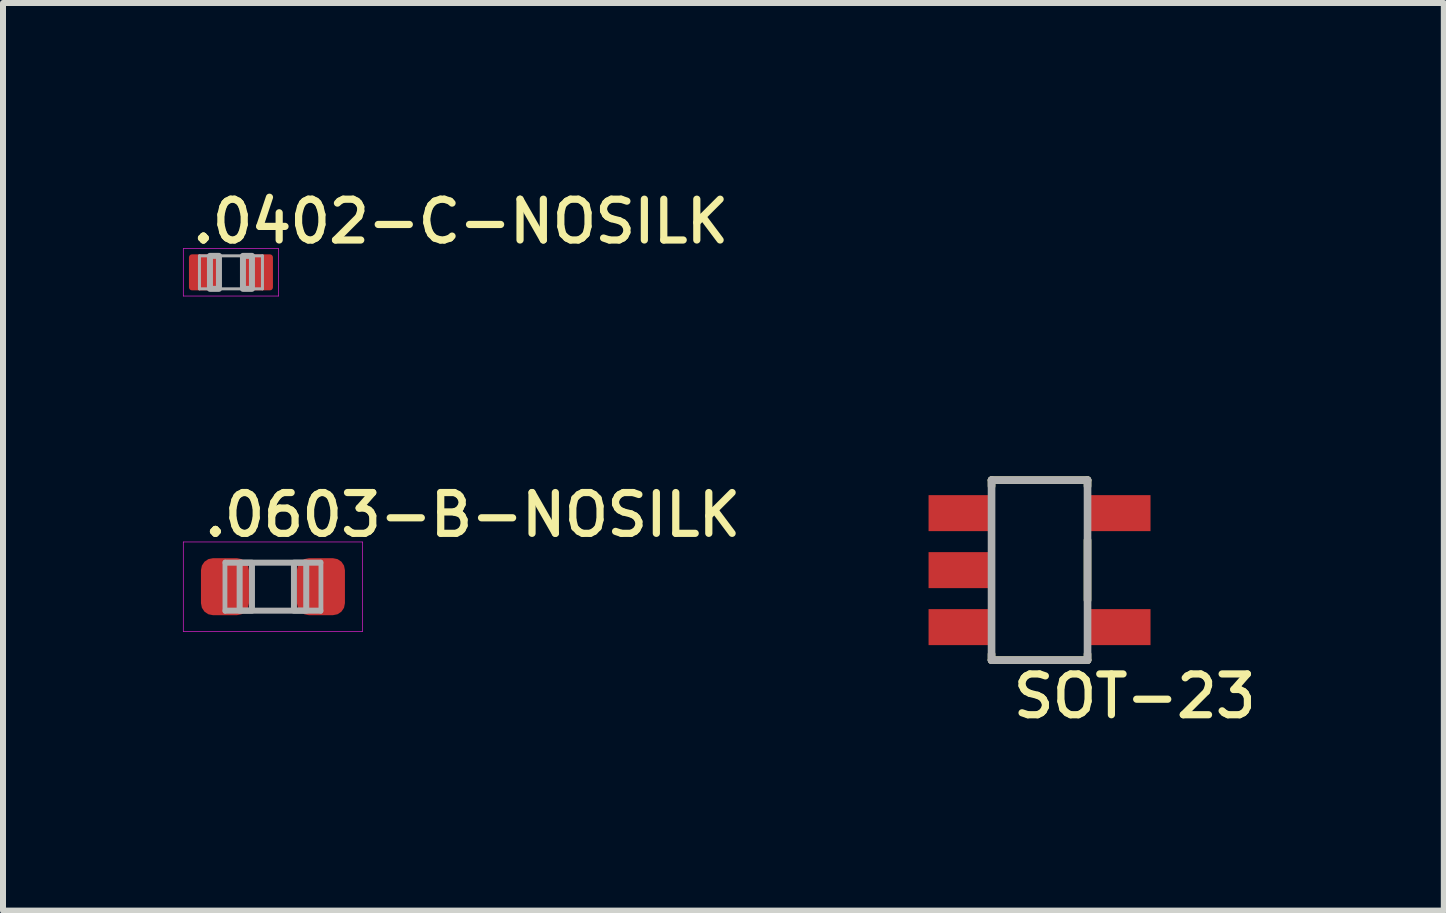
<source format=kicad_pcb>
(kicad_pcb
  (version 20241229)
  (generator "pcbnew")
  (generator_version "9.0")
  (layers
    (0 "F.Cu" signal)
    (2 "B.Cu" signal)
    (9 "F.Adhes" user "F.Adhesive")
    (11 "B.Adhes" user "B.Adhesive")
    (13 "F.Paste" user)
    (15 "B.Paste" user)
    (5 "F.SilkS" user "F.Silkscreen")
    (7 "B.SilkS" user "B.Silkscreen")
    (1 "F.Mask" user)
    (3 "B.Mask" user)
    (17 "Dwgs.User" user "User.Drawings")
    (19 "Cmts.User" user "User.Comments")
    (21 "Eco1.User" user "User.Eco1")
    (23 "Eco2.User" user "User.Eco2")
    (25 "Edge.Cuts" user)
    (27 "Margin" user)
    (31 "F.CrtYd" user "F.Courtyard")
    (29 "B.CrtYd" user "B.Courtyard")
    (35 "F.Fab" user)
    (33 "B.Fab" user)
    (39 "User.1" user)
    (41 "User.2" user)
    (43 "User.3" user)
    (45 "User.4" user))
  (footprint ".0603-B-NOSILK"
    (layer "F.Cu")
    (at 1.5 6.73)
    (property "Reference" ".0603-B-NOSILK" (at -1.2 -0.8 0) (unlocked yes) (layer "F.SilkS") (effects (font (size 0.68 0.68) (thickness 0.12)) (justify left bottom)))
    (fp_poly (pts (xy -0.34 0.54) (xy -1.26 0.54) (xy -1.26 -0.54) (xy -0.34 -0.54)) (stroke (width 0) (type default)) (fill yes) (layer "F.Mask"))
    (fp_poly (pts (xy 1.26 0.54) (xy 0.34 0.54) (xy 0.34 -0.54) (xy 1.26 -0.54)) (stroke (width 0) (type default)) (fill yes) (layer "F.Mask"))
    (fp_line (start -1.495 -0.745) (end -1.495 0.745) (stroke (width 0.01) (type solid)) (layer "F.CrtYd"))
    (fp_line (start -1.495 0.745) (end 1.495 0.745) (stroke (width 0.01) (type solid)) (layer "F.CrtYd"))
    (fp_line (start 1.495 -0.745) (end -1.495 -0.745) (stroke (width 0.01) (type solid)) (layer "F.CrtYd"))
    (fp_line (start 1.495 0.745) (end 1.495 -0.745) (stroke (width 0.01) (type solid)) (layer "F.CrtYd"))
    (fp_line (start -0.8 0.41) (end -0.8 -0.41) (stroke (width 0.08) (type solid)) (layer "F.Fab"))
    (fp_line (start -0.79 -0.4) (end 0.79 -0.4) (stroke (width 0.1) (type solid)) (layer "F.Fab"))
    (fp_line (start 0.79 0.4) (end -0.79 0.4) (stroke (width 0.1) (type solid)) (layer "F.Fab"))
    (fp_line (start 0.8 -0.41) (end 0.8 0.41) (stroke (width 0.08) (type solid)) (layer "F.Fab"))
    (fp_poly (pts (xy -0.555 0.4) (xy -0.35 0.4) (xy -0.35 -0.4) (xy -0.555 -0.4)) (stroke (width 0.1) (type default)) (fill no) (layer "F.Fab"))
    (fp_poly (pts (xy 0.35 0.4) (xy 0.555 0.4) (xy 0.555 -0.4) (xy 0.35 -0.4)) (stroke (width 0.1) (type default)) (fill no) (layer "F.Fab"))
    (pad "1" smd roundrect (at -0.8 0) (size 0.8 0.95) (layers "F.Cu" "F.Paste") (roundrect_rratio 0.25))
    (pad "2" smd roundrect (at 0.8 0) (size 0.8 0.95) (layers "F.Cu" "F.Paste") (roundrect_rratio 0.25)))
  (footprint "SOT-23"
    (layer "F.Cu")
    (at 14.279 6.454)
    (property "Reference" "SOT-23" (at -0.5 2.5 0) (unlocked yes) (layer "F.SilkS") (effects (font (size 0.68 0.68) (thickness 0.12)) (justify left bottom)))
    (fp_line (start -0.8 -1.5) (end 0.8 -1.5) (stroke (width 0.127) (type solid)) (layer "F.SilkS"))
    (fp_line (start -0.8 -1.4) (end -0.8 -1.5) (stroke (width 0.127) (type solid)) (layer "F.SilkS"))
    (fp_line (start -0.8 1.4) (end -0.8 1.5) (stroke (width 0.127) (type solid)) (layer "F.SilkS"))
    (fp_line (start -0.8 1.5) (end 0.8 1.5) (stroke (width 0.127) (type solid)) (layer "F.SilkS"))
    (fp_line (start 0.8 -1.5) (end 0.8 -1.4) (stroke (width 0.127) (type solid)) (layer "F.SilkS"))
    (fp_line (start 0.8 -0.5) (end 0.8 0.5) (stroke (width 0.127) (type solid)) (layer "F.SilkS"))
    (fp_line (start 0.8 1.5) (end 0.8 1.4) (stroke (width 0.127) (type solid)) (layer "F.SilkS"))
    (fp_poly (pts (xy -1.72 0.22) (xy -0.82 0.22) (xy -0.82 -0.23) (xy -1.72 -0.23)) (stroke (width 0) (type default)) (fill yes) (layer "F.Paste"))
    (fp_poly (pts (xy -0.84 -1.18) (xy -1.74 -1.18) (xy -1.74 -0.73) (xy -0.84 -0.73)) (stroke (width 0) (type default)) (fill yes) (layer "F.Paste"))
    (fp_poly (pts (xy -0.84 0.72) (xy -1.74 0.72) (xy -1.74 1.17) (xy -0.84 1.17)) (stroke (width 0) (type default)) (fill yes) (layer "F.Paste"))
    (fp_poly (pts (xy 0.84 -0.72) (xy 1.74 -0.72) (xy 1.74 -1.17) (xy 0.84 -1.17)) (stroke (width 0) (type default)) (fill yes) (layer "F.Paste"))
    (fp_poly (pts (xy 0.84 1.18) (xy 1.74 1.18) (xy 1.74 0.73) (xy 0.84 0.73)) (stroke (width 0) (type default)) (fill yes) (layer "F.Paste"))
    (fp_line (start -0.8 -1.5) (end 0.8 -1.5) (stroke (width 0.127) (type solid)) (layer "F.Fab"))
    (fp_line (start -0.8 1.5) (end -0.8 -1.5) (stroke (width 0.127) (type solid)) (layer "F.Fab"))
    (fp_line (start 0.8 -1.5) (end 0.8 1.5) (stroke (width 0.127) (type solid)) (layer "F.Fab"))
    (fp_line (start 0.8 1.5) (end -0.8 1.5) (stroke (width 0.127) (type solid)) (layer "F.Fab"))
    (pad "1" smd rect (at -1.3 -0.95) (size 1.1 0.6) (layers "F.Cu" "F.Mask"))
    (pad "2" smd rect (at -1.3 0) (size 1.1 0.6) (layers "F.Cu" "F.Mask"))
    (pad "3" smd rect (at -1.3 0.95 180) (size 1.1 0.6) (layers "F.Cu" "F.Mask"))
    (pad "4" smd rect (at 1.3 0.95 180) (size 1.1 0.6) (layers "F.Cu" "F.Mask"))
    (pad "5" smd rect (at 1.3 -0.95) (size 1.1 0.6) (layers "F.Cu" "F.Mask")))
  (footprint ".0402-C-NOSILK"
    (layer "F.Cu")
    (at 0.8 1.49)
    (property "Reference" ".0402-C-NOSILK" (at -0.7 -0.45 0) (unlocked yes) (layer "F.SilkS") (effects (font (size 0.68 0.68) (thickness 0.12)) (justify left bottom)))
    (fp_poly (pts (xy -0.76 0.36) (xy -0.14 0.36) (xy -0.14 -0.36) (xy -0.76 -0.36)) (stroke (width 0) (type default)) (fill yes) (layer "F.Mask"))
    (fp_poly (pts (xy 0.14 0.36) (xy 0.76 0.36) (xy 0.76 -0.36) (xy 0.14 -0.36)) (stroke (width 0) (type default)) (fill yes) (layer "F.Mask"))
    (fp_line (start -0.795 -0.395) (end -0.795 0.395) (stroke (width 0.01) (type solid)) (layer "F.CrtYd"))
    (fp_line (start -0.795 0.395) (end 0.795 0.395) (stroke (width 0.01) (type solid)) (layer "F.CrtYd"))
    (fp_line (start 0.795 -0.395) (end -0.795 -0.395) (stroke (width 0.01) (type solid)) (layer "F.CrtYd"))
    (fp_line (start 0.795 0.395) (end 0.795 -0.395) (stroke (width 0.01) (type solid)) (layer "F.CrtYd"))
    (fp_line (start -0.525 -0.275) (end 0.525 -0.275) (stroke (width 0.05) (type solid)) (layer "F.Fab"))
    (fp_line (start -0.525 0.275) (end -0.525 -0.275) (stroke (width 0.05) (type solid)) (layer "F.Fab"))
    (fp_line (start 0.525 -0.275) (end 0.525 0.275) (stroke (width 0.05) (type solid)) (layer "F.Fab"))
    (fp_line (start 0.525 0.275) (end -0.525 0.275) (stroke (width 0.05) (type solid)) (layer "F.Fab"))
    (fp_poly (pts (xy -0.35 0.275) (xy -0.2 0.275) (xy -0.2 -0.275) (xy -0.35 -0.275)) (stroke (width 0.1) (type default)) (fill no) (layer "F.Fab"))
    (fp_poly (pts (xy 0.2 0.275) (xy 0.35 0.275) (xy 0.35 -0.275) (xy 0.2 -0.275)) (stroke (width 0.1) (type default)) (fill no) (layer "F.Fab"))
    (pad "1" smd roundrect (at -0.45 0) (size 0.5 0.6) (layers "F.Cu" "F.Paste") (roundrect_rratio 0.1))
    (pad "2" smd roundrect (at 0.45 0) (size 0.5 0.6) (layers "F.Cu" "F.Paste") (roundrect_rratio 0.1)))
  (gr_rect
    (start -3 -3)
    (end 21.018 12.13)
    (stroke (width 0.1) (type default))
    (fill no)
    (layer "Edge.Cuts")))
</source>
